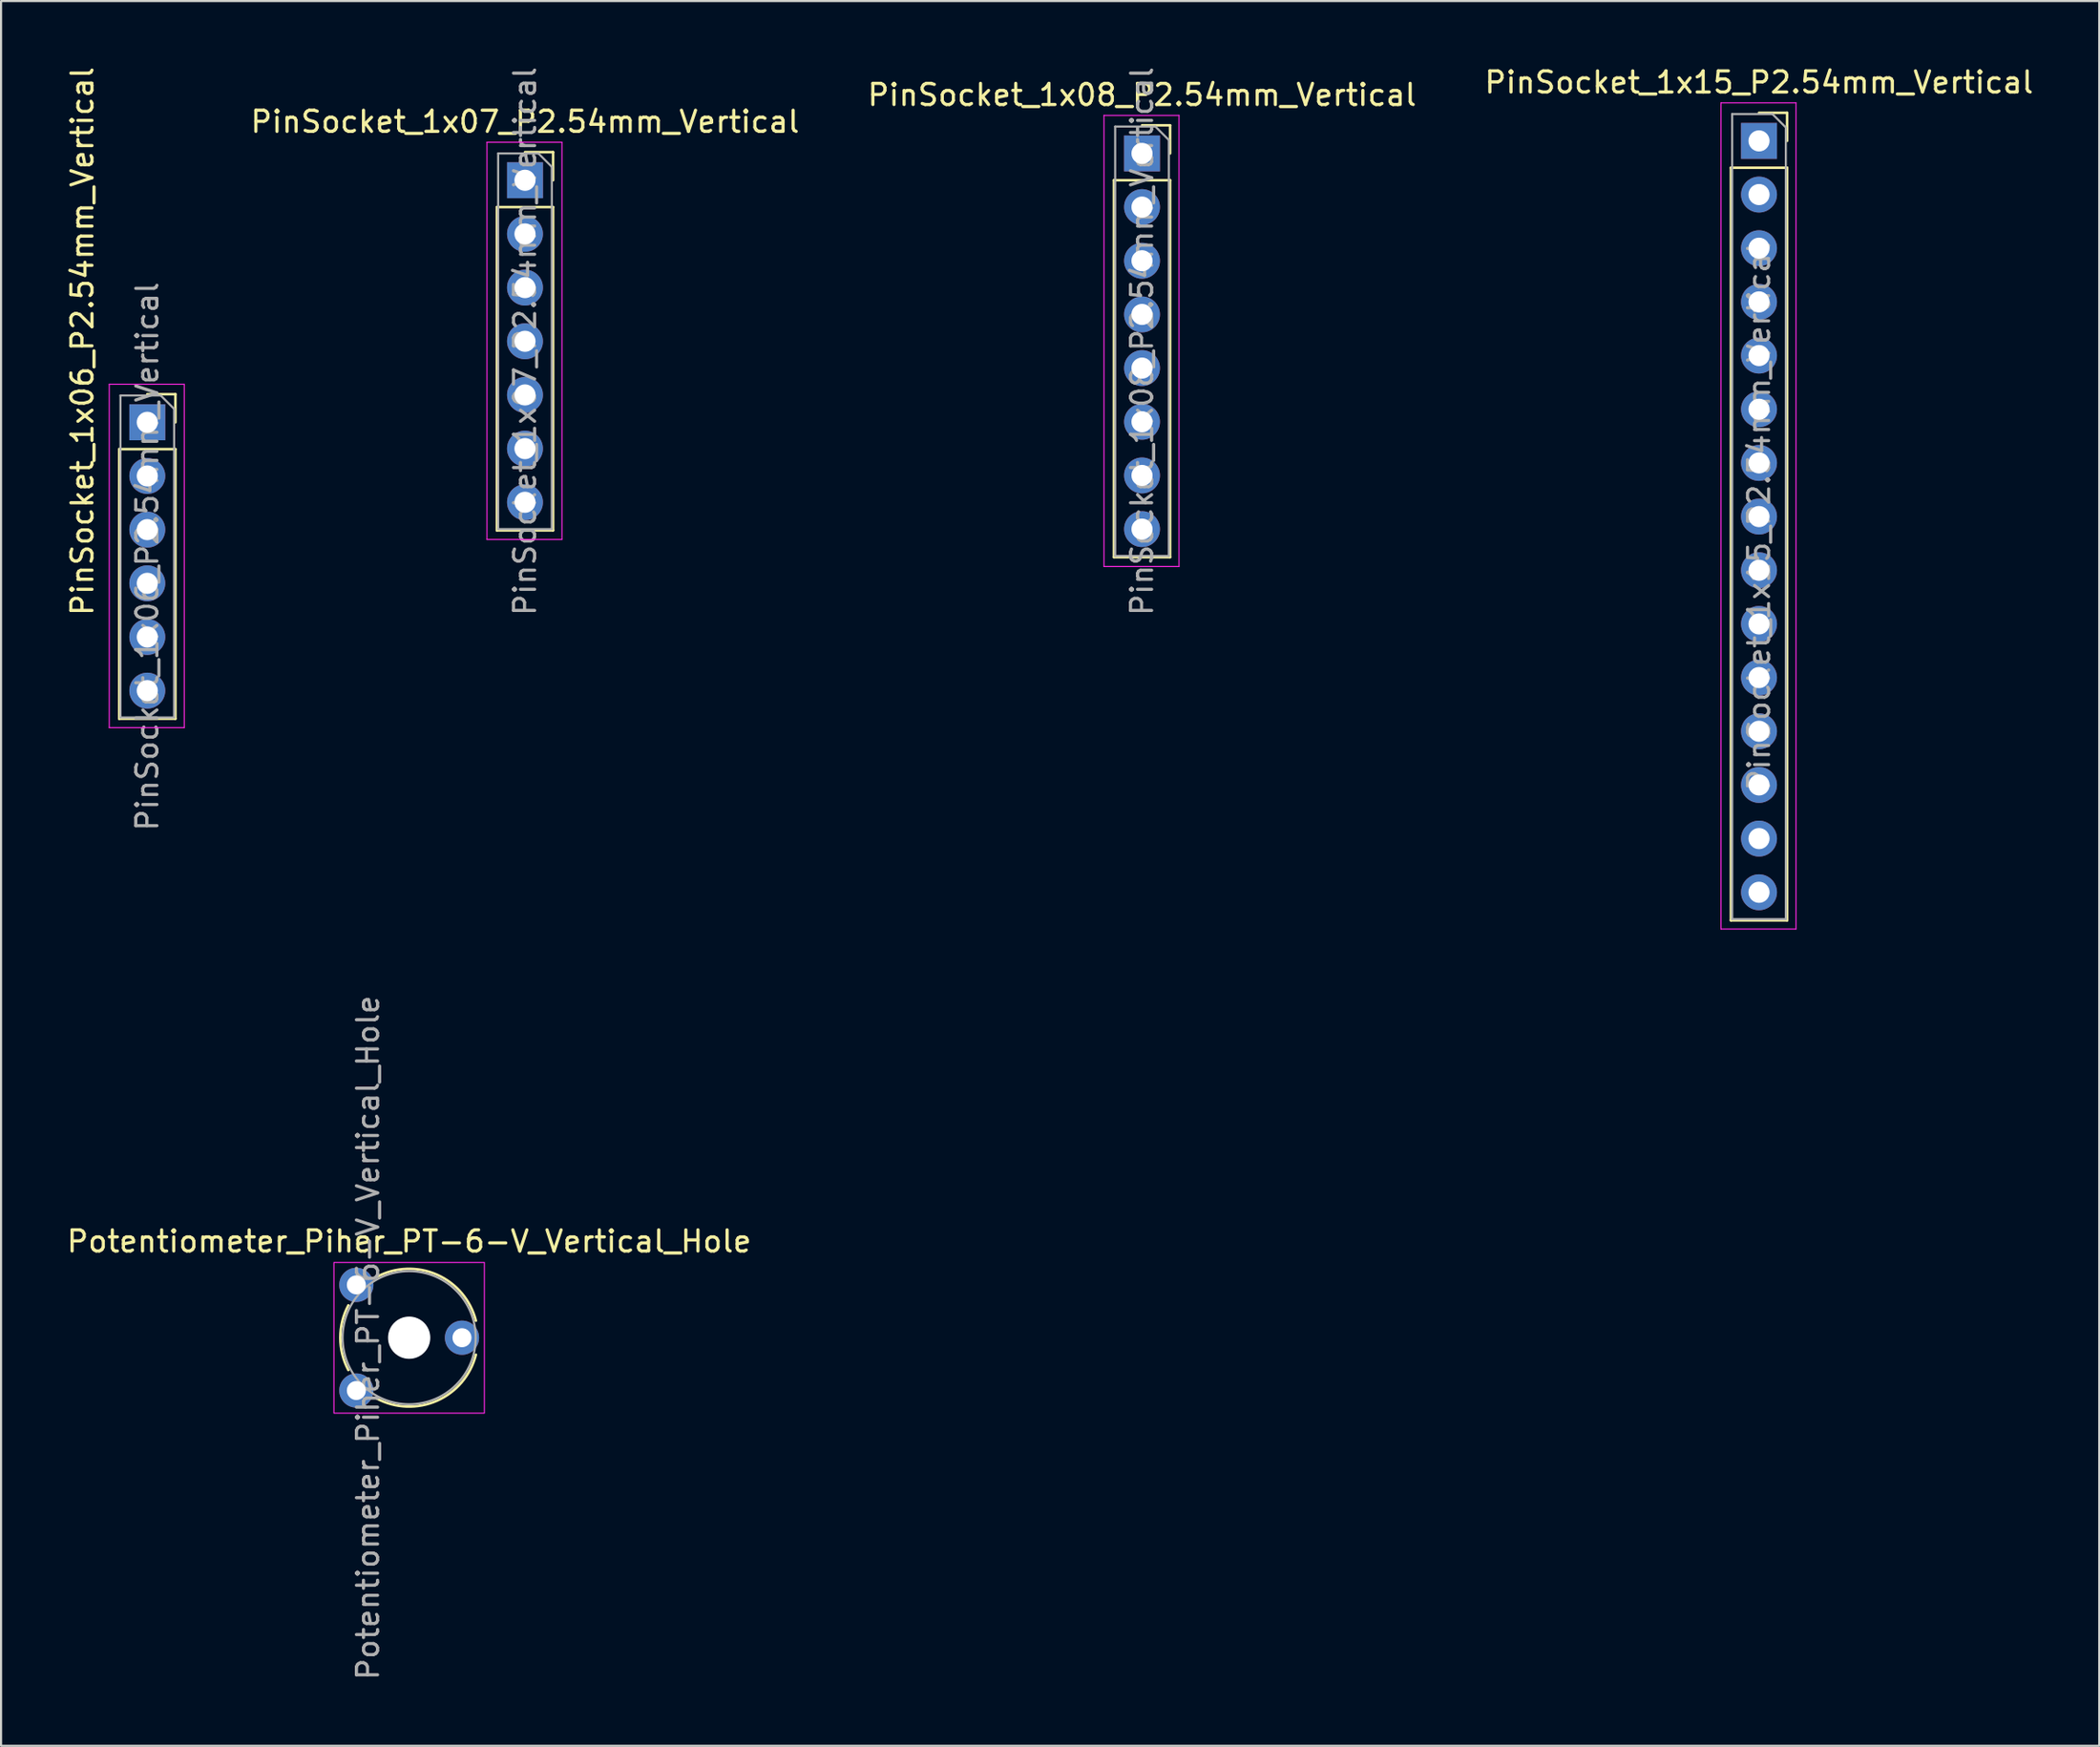
<source format=kicad_pcb>
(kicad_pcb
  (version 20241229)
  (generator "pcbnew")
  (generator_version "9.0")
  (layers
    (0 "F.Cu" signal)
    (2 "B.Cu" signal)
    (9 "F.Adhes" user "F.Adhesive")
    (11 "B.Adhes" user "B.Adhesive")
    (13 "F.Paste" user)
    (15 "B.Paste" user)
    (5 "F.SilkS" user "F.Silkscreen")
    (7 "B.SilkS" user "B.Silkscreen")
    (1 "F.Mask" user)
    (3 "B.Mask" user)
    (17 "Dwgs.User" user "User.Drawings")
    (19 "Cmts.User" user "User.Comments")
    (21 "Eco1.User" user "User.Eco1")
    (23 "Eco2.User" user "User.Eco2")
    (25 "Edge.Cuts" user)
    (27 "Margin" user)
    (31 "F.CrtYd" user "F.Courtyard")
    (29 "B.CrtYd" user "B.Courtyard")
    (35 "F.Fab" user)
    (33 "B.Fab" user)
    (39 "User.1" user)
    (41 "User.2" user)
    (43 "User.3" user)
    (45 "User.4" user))
  (footprint "PinSocket_1x08_P2.54mm_Vertical"
    (layer "F.Cu")
    (at 51 4.211)
    (property "Reference" "PinSocket_1x08_P2.54mm_Vertical" (at 0 -2.77 0) (layer "F.SilkS") (effects (font (size 1 1) (thickness 0.15))))
    (attr through_hole)
    (fp_line (start -1.33 1.27) (end -1.33 19.11) (stroke (width 0.12) (type solid)) (layer "F.SilkS"))
    (fp_line (start -1.33 1.27) (end 1.33 1.27) (stroke (width 0.12) (type solid)) (layer "F.SilkS"))
    (fp_line (start -1.33 19.11) (end 1.33 19.11) (stroke (width 0.12) (type solid)) (layer "F.SilkS"))
    (fp_line (start 0 -1.33) (end 1.33 -1.33) (stroke (width 0.12) (type solid)) (layer "F.SilkS"))
    (fp_line (start 1.33 -1.33) (end 1.33 0) (stroke (width 0.12) (type solid)) (layer "F.SilkS"))
    (fp_line (start 1.33 1.27) (end 1.33 19.11) (stroke (width 0.12) (type solid)) (layer "F.SilkS"))
    (fp_line (start -1.8 -1.8) (end 1.75 -1.8) (stroke (width 0.05) (type solid)) (layer "F.CrtYd"))
    (fp_line (start -1.8 19.55) (end -1.8 -1.8) (stroke (width 0.05) (type solid)) (layer "F.CrtYd"))
    (fp_line (start 1.75 -1.8) (end 1.75 19.55) (stroke (width 0.05) (type solid)) (layer "F.CrtYd"))
    (fp_line (start 1.75 19.55) (end -1.8 19.55) (stroke (width 0.05) (type solid)) (layer "F.CrtYd"))
    (fp_line (start -1.27 -1.27) (end 0.635 -1.27) (stroke (width 0.1) (type solid)) (layer "F.Fab"))
    (fp_line (start -1.27 19.05) (end -1.27 -1.27) (stroke (width 0.1) (type solid)) (layer "F.Fab"))
    (fp_line (start 0.635 -1.27) (end 1.27 -0.635) (stroke (width 0.1) (type solid)) (layer "F.Fab"))
    (fp_line (start 1.27 -0.635) (end 1.27 19.05) (stroke (width 0.1) (type solid)) (layer "F.Fab"))
    (fp_line (start 1.27 19.05) (end -1.27 19.05) (stroke (width 0.1) (type solid)) (layer "F.Fab"))
    (fp_text user "${REFERENCE}" (at 0 8.89 270) (layer "F.Fab") (effects (font (size 1 1) (thickness 0.15))))
    (pad "1" thru_hole rect (at 0 0) (size 1.7 1.7) (drill 1) (layers "*.Cu" "*.Mask"))
    (pad "2" thru_hole circle (at 0 2.54) (size 1.7 1.7) (drill 1) (layers "*.Cu" "*.Mask"))
    (pad "3" thru_hole circle (at 0 5.08) (size 1.7 1.7) (drill 1) (layers "*.Cu" "*.Mask"))
    (pad "4" thru_hole circle (at 0 7.62) (size 1.7 1.7) (drill 1) (layers "*.Cu" "*.Mask"))
    (pad "5" thru_hole circle (at 0 10.16) (size 1.7 1.7) (drill 1) (layers "*.Cu" "*.Mask"))
    (pad "6" thru_hole circle (at 0 12.7) (size 1.7 1.7) (drill 1) (layers "*.Cu" "*.Mask"))
    (pad "7" thru_hole circle (at 0 15.24) (size 1.7 1.7) (drill 1) (layers "*.Cu" "*.Mask"))
    (pad "8" thru_hole circle (at 0 17.78) (size 1.7 1.7) (drill 1) (layers "*.Cu" "*.Mask")))
  (footprint "PinSocket_1x15_P2.54mm_Vertical"
    (layer "F.Cu")
    (at 80.202 3.618)
    (property "Reference" "PinSocket_1x15_P2.54mm_Vertical" (at 0 -2.77 0) (layer "F.SilkS") (effects (font (size 1 1) (thickness 0.15))))
    (attr through_hole)
    (fp_line (start -1.33 1.27) (end -1.33 36.89) (stroke (width 0.12) (type solid)) (layer "F.SilkS"))
    (fp_line (start -1.33 1.27) (end 1.33 1.27) (stroke (width 0.12) (type solid)) (layer "F.SilkS"))
    (fp_line (start -1.33 36.89) (end 1.33 36.89) (stroke (width 0.12) (type solid)) (layer "F.SilkS"))
    (fp_line (start 0 -1.33) (end 1.33 -1.33) (stroke (width 0.12) (type solid)) (layer "F.SilkS"))
    (fp_line (start 1.33 -1.33) (end 1.33 0) (stroke (width 0.12) (type solid)) (layer "F.SilkS"))
    (fp_line (start 1.33 1.27) (end 1.33 36.89) (stroke (width 0.12) (type solid)) (layer "F.SilkS"))
    (fp_line (start -1.8 -1.8) (end 1.75 -1.8) (stroke (width 0.05) (type solid)) (layer "F.CrtYd"))
    (fp_line (start -1.8 37.3) (end -1.8 -1.8) (stroke (width 0.05) (type solid)) (layer "F.CrtYd"))
    (fp_line (start 1.75 -1.8) (end 1.75 37.3) (stroke (width 0.05) (type solid)) (layer "F.CrtYd"))
    (fp_line (start 1.75 37.3) (end -1.8 37.3) (stroke (width 0.05) (type solid)) (layer "F.CrtYd"))
    (fp_line (start -1.27 -1.27) (end 0.635 -1.27) (stroke (width 0.1) (type solid)) (layer "F.Fab"))
    (fp_line (start -1.27 36.83) (end -1.27 -1.27) (stroke (width 0.1) (type solid)) (layer "F.Fab"))
    (fp_line (start 0.635 -1.27) (end 1.27 -0.635) (stroke (width 0.1) (type solid)) (layer "F.Fab"))
    (fp_line (start 1.27 -0.635) (end 1.27 36.83) (stroke (width 0.1) (type solid)) (layer "F.Fab"))
    (fp_line (start 1.27 36.83) (end -1.27 36.83) (stroke (width 0.1) (type solid)) (layer "F.Fab"))
    (fp_text user "${REFERENCE}" (at 0 17.78 90) (layer "F.Fab") (effects (font (size 1 1) (thickness 0.15))))
    (pad "1" thru_hole rect (at 0 0) (size 1.7 1.7) (drill 1) (layers "*.Cu" "*.Mask"))
    (pad "2" thru_hole circle (at 0 2.54) (size 1.7 1.7) (drill 1) (layers "*.Cu" "*.Mask"))
    (pad "3" thru_hole circle (at 0 5.08) (size 1.7 1.7) (drill 1) (layers "*.Cu" "*.Mask"))
    (pad "4" thru_hole circle (at 0 7.62) (size 1.7 1.7) (drill 1) (layers "*.Cu" "*.Mask"))
    (pad "5" thru_hole circle (at 0 10.16) (size 1.7 1.7) (drill 1) (layers "*.Cu" "*.Mask"))
    (pad "6" thru_hole circle (at 0 12.7) (size 1.7 1.7) (drill 1) (layers "*.Cu" "*.Mask"))
    (pad "7" thru_hole circle (at 0 15.24) (size 1.7 1.7) (drill 1) (layers "*.Cu" "*.Mask"))
    (pad "8" thru_hole circle (at 0 17.78) (size 1.7 1.7) (drill 1) (layers "*.Cu" "*.Mask"))
    (pad "9" thru_hole circle (at 0 20.32) (size 1.7 1.7) (drill 1) (layers "*.Cu" "*.Mask"))
    (pad "10" thru_hole circle (at 0 22.86) (size 1.7 1.7) (drill 1) (layers "*.Cu" "*.Mask"))
    (pad "11" thru_hole circle (at 0 25.4) (size 1.7 1.7) (drill 1) (layers "*.Cu" "*.Mask"))
    (pad "12" thru_hole circle (at 0 27.94) (size 1.7 1.7) (drill 1) (layers "*.Cu" "*.Mask"))
    (pad "13" thru_hole circle (at 0 30.48) (size 1.7 1.7) (drill 1) (layers "*.Cu" "*.Mask"))
    (pad "14" thru_hole circle (at 0 33.02) (size 1.7 1.7) (drill 1) (layers "*.Cu" "*.Mask"))
    (pad "15" thru_hole circle (at 0 35.56) (size 1.7 1.7) (drill 1) (layers "*.Cu" "*.Mask")))
  (footprint "PinSocket_1x06_P2.54mm_Vertical"
    (layer "F.Cu")
    (at 3.921 16.936)
    (property "Reference" "PinSocket_1x06_P2.54mm_Vertical" (at -3.073 -3.835 270) (layer "F.SilkS") (effects (font (size 1 1) (thickness 0.15))))
    (attr through_hole)
    (fp_line (start -1.33 1.27) (end -1.33 14.03) (stroke (width 0.12) (type solid)) (layer "F.SilkS"))
    (fp_line (start -1.33 1.27) (end 1.33 1.27) (stroke (width 0.12) (type solid)) (layer "F.SilkS"))
    (fp_line (start -1.33 14.03) (end 1.33 14.03) (stroke (width 0.12) (type solid)) (layer "F.SilkS"))
    (fp_line (start 0 -1.33) (end 1.33 -1.33) (stroke (width 0.12) (type solid)) (layer "F.SilkS"))
    (fp_line (start 1.33 -1.33) (end 1.33 0) (stroke (width 0.12) (type solid)) (layer "F.SilkS"))
    (fp_line (start 1.33 1.27) (end 1.33 14.03) (stroke (width 0.12) (type solid)) (layer "F.SilkS"))
    (fp_line (start -1.8 -1.8) (end 1.75 -1.8) (stroke (width 0.05) (type solid)) (layer "F.CrtYd"))
    (fp_line (start -1.8 14.45) (end -1.8 -1.8) (stroke (width 0.05) (type solid)) (layer "F.CrtYd"))
    (fp_line (start 1.75 -1.8) (end 1.75 14.45) (stroke (width 0.05) (type solid)) (layer "F.CrtYd"))
    (fp_line (start 1.75 14.45) (end -1.8 14.45) (stroke (width 0.05) (type solid)) (layer "F.CrtYd"))
    (fp_line (start -1.27 -1.27) (end 0.635 -1.27) (stroke (width 0.1) (type solid)) (layer "F.Fab"))
    (fp_line (start -1.27 13.97) (end -1.27 -1.27) (stroke (width 0.1) (type solid)) (layer "F.Fab"))
    (fp_line (start 0.635 -1.27) (end 1.27 -0.635) (stroke (width 0.1) (type solid)) (layer "F.Fab"))
    (fp_line (start 1.27 -0.635) (end 1.27 13.97) (stroke (width 0.1) (type solid)) (layer "F.Fab"))
    (fp_line (start 1.27 13.97) (end -1.27 13.97) (stroke (width 0.1) (type solid)) (layer "F.Fab"))
    (fp_text user "${REFERENCE}" (at 0 6.35 270) (layer "F.Fab") (effects (font (size 1 1) (thickness 0.15))))
    (pad "1" thru_hole rect (at 0 0) (size 1.7 1.7) (drill 1) (layers "*.Cu" "*.Mask"))
    (pad "2" thru_hole circle (at 0 2.54) (size 1.7 1.7) (drill 1) (layers "*.Cu" "*.Mask"))
    (pad "3" thru_hole circle (at 0 5.08) (size 1.7 1.7) (drill 1) (layers "*.Cu" "*.Mask"))
    (pad "4" thru_hole circle (at 0 7.62) (size 1.7 1.7) (drill 1) (layers "*.Cu" "*.Mask"))
    (pad "5" thru_hole circle (at 0 10.16) (size 1.7 1.7) (drill 1) (layers "*.Cu" "*.Mask"))
    (pad "6" thru_hole circle (at 0 12.7) (size 1.7 1.7) (drill 1) (layers "*.Cu" "*.Mask")))
  (footprint "Potentiometer_Piher_PT-6-V_Vertical_Hole"
    (layer "F.Cu")
    (at 13.815 62.759)
    (property "Reference" "Potentiometer_Piher_PT-6-V_Vertical_Hole" (at 2.5 -7.06 0) (layer "F.SilkS") (effects (font (size 1 1) (thickness 0.15))))
    (attr through_hole)
    (fp_arc (start -0.378 -0.969) (mid -0.76 -2.5) (end -0.378 -4.031) (stroke (width 0.12) (type solid)) (layer "F.SilkS"))
    (fp_arc (start 0.969 -5.378) (mid 3.818477 -5.481789) (end 5.659 -3.304) (stroke (width 0.12) (type solid)) (layer "F.SilkS"))
    (fp_arc (start 5.659 -1.696) (mid 3.818477 0.481789) (end 0.969 0.378) (stroke (width 0.12) (type solid)) (layer "F.SilkS"))
    (fp_rect (start -1.06 -6.06) (end 6.06 1.07) (stroke (width 0.05) (type solid)) (fill no) (layer "F.CrtYd"))
    (fp_circle (center 2.5 -2.5) (end 5.65 -2.5) (stroke (width 0.1) (type solid)) (fill no) (layer "F.Fab"))
    (fp_text user "${REFERENCE}" (at 0.55 -2.5 90) (layer "F.Fab") (effects (font (size 1 1) (thickness 0.15))))
    (pad "" np_thru_hole circle (at 2.5 -2.5) (size 2 2) (drill 2) (layers "*.Cu" "*.Mask"))
    (pad "1" thru_hole circle (at 0 0) (size 1.62 1.62) (drill 0.9) (layers "*.Cu" "*.Mask"))
    (pad "2" thru_hole circle (at 5 -2.5) (size 1.62 1.62) (drill 0.9) (layers "*.Cu" "*.Mask"))
    (pad "3" thru_hole circle (at 0 -5) (size 1.62 1.62) (drill 0.9) (layers "*.Cu" "*.Mask")))
  (footprint "PinSocket_1x07_P2.54mm_Vertical"
    (layer "F.Cu")
    (at 21.797 5.481)
    (property "Reference" "PinSocket_1x07_P2.54mm_Vertical" (at 0 -2.77 0) (layer "F.SilkS") (effects (font (size 1 1) (thickness 0.15))))
    (attr through_hole)
    (fp_line (start -1.33 1.27) (end -1.33 16.57) (stroke (width 0.12) (type solid)) (layer "F.SilkS"))
    (fp_line (start -1.33 1.27) (end 1.33 1.27) (stroke (width 0.12) (type solid)) (layer "F.SilkS"))
    (fp_line (start -1.33 16.57) (end 1.33 16.57) (stroke (width 0.12) (type solid)) (layer "F.SilkS"))
    (fp_line (start 0 -1.33) (end 1.33 -1.33) (stroke (width 0.12) (type solid)) (layer "F.SilkS"))
    (fp_line (start 1.33 -1.33) (end 1.33 0) (stroke (width 0.12) (type solid)) (layer "F.SilkS"))
    (fp_line (start 1.33 1.27) (end 1.33 16.57) (stroke (width 0.12) (type solid)) (layer "F.SilkS"))
    (fp_line (start -1.8 -1.8) (end 1.75 -1.8) (stroke (width 0.05) (type solid)) (layer "F.CrtYd"))
    (fp_line (start -1.8 17) (end -1.8 -1.8) (stroke (width 0.05) (type solid)) (layer "F.CrtYd"))
    (fp_line (start 1.75 -1.8) (end 1.75 17) (stroke (width 0.05) (type solid)) (layer "F.CrtYd"))
    (fp_line (start 1.75 17) (end -1.8 17) (stroke (width 0.05) (type solid)) (layer "F.CrtYd"))
    (fp_line (start -1.27 -1.27) (end 0.635 -1.27) (stroke (width 0.1) (type solid)) (layer "F.Fab"))
    (fp_line (start -1.27 16.51) (end -1.27 -1.27) (stroke (width 0.1) (type solid)) (layer "F.Fab"))
    (fp_line (start 0.635 -1.27) (end 1.27 -0.635) (stroke (width 0.1) (type solid)) (layer "F.Fab"))
    (fp_line (start 1.27 -0.635) (end 1.27 16.51) (stroke (width 0.1) (type solid)) (layer "F.Fab"))
    (fp_line (start 1.27 16.51) (end -1.27 16.51) (stroke (width 0.1) (type solid)) (layer "F.Fab"))
    (fp_text user "${REFERENCE}" (at 0 7.62 270) (layer "F.Fab") (effects (font (size 1 1) (thickness 0.15))))
    (pad "1" thru_hole rect (at 0 0) (size 1.7 1.7) (drill 1) (layers "*.Cu" "*.Mask"))
    (pad "2" thru_hole circle (at 0 2.54) (size 1.7 1.7) (drill 1) (layers "*.Cu" "*.Mask"))
    (pad "3" thru_hole circle (at 0 5.08) (size 1.7 1.7) (drill 1) (layers "*.Cu" "*.Mask"))
    (pad "4" thru_hole circle (at 0 7.62) (size 1.7 1.7) (drill 1) (layers "*.Cu" "*.Mask"))
    (pad "5" thru_hole circle (at 0 10.16) (size 1.7 1.7) (drill 1) (layers "*.Cu" "*.Mask"))
    (pad "6" thru_hole circle (at 0 12.7) (size 1.7 1.7) (drill 1) (layers "*.Cu" "*.Mask"))
    (pad "7" thru_hole circle (at 0 15.24) (size 1.7 1.7) (drill 1) (layers "*.Cu" "*.Mask")))
  (gr_rect
    (start -3 -3)
    (end 96.303 79.574)
    (stroke (width 0.1) (type default))
    (fill no)
    (layer "Edge.Cuts")))
</source>
